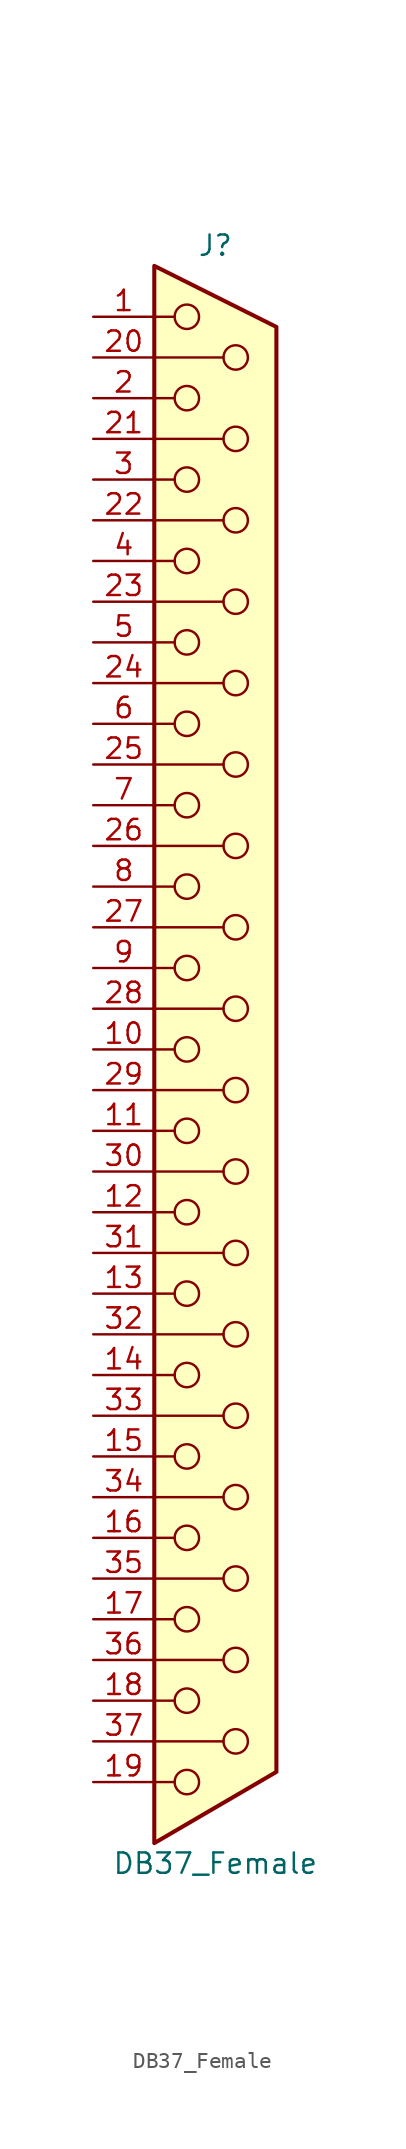
<source format=kicad_sym>
(kicad_symbol_lib
  (version 20220914)
  (generator kicad_symbol_editor)
  (symbol "DB37_Female"
    (pin_names
      (offset 1.016) hide)
    (property "Reference" "J"
      (at 0 50.165 0)
      (effects (font (size 1.27 1.27))))
    (property "Value" "DB37_Female"
      (at 0 -50.8 0)
      (effects (font (size 1.27 1.27))))
    (symbol "DB37_Female_0_1"
      (circle (center -1.778 -45.72) (radius 0.762) (stroke (width 0) (type default)) (fill (type none)))
      (circle (center -1.778 -40.64) (radius 0.762) (stroke (width 0) (type default)) (fill (type none)))
      (circle (center -1.778 -35.56) (radius 0.762) (stroke (width 0) (type default)) (fill (type none)))
      (circle (center -1.778 -30.48) (radius 0.762) (stroke (width 0) (type default)) (fill (type none)))
      (circle (center -1.778 -25.4) (radius 0.762) (stroke (width 0) (type default)) (fill (type none)))
      (circle (center -1.778 -20.32) (radius 0.762) (stroke (width 0) (type default)) (fill (type none)))
      (circle (center -1.778 -15.24) (radius 0.762) (stroke (width 0) (type default)) (fill (type none)))
      (circle (center -1.778 -10.16) (radius 0.762) (stroke (width 0) (type default)) (fill (type none)))
      (circle (center -1.778 -5.08) (radius 0.762) (stroke (width 0) (type default)) (fill (type none)))
      (circle (center -1.778 0) (radius 0.762) (stroke (width 0) (type default)) (fill (type none)))
      (circle (center -1.778 5.08) (radius 0.762) (stroke (width 0) (type default)) (fill (type none)))
      (circle (center -1.778 10.16) (radius 0.762) (stroke (width 0) (type default)) (fill (type none)))
      (circle (center -1.778 15.24) (radius 0.762) (stroke (width 0) (type default)) (fill (type none)))
      (circle (center -1.778 20.32) (radius 0.762) (stroke (width 0) (type default)) (fill (type none)))
      (circle (center -1.778 25.4) (radius 0.762) (stroke (width 0) (type default)) (fill (type none)))
      (circle (center -1.778 30.48) (radius 0.762) (stroke (width 0) (type default)) (fill (type none)))
      (circle (center -1.778 35.56) (radius 0.762) (stroke (width 0) (type default)) (fill (type none)))
      (circle (center -1.778 40.64) (radius 0.762) (stroke (width 0) (type default)) (fill (type none)))
      (circle (center -1.778 45.72) (radius 0.762) (stroke (width 0) (type default)) (fill (type none)))
      (polyline (pts (xy -3.81 -45.72) (xy -2.54 -45.72)) (stroke (width 0) (type default)) (fill (type none)))
      (polyline (pts (xy -3.81 -43.18) (xy 0.508 -43.18)) (stroke (width 0) (type default)) (fill (type none)))
      (polyline (pts (xy -3.81 -40.64) (xy -2.54 -40.64)) (stroke (width 0) (type default)) (fill (type none)))
      (polyline (pts (xy -3.81 -38.1) (xy 0.508 -38.1)) (stroke (width 0) (type default)) (fill (type none)))
      (polyline (pts (xy -3.81 -35.56) (xy -2.54 -35.56)) (stroke (width 0) (type default)) (fill (type none)))
      (polyline (pts (xy -3.81 -33.02) (xy 0.508 -33.02)) (stroke (width 0) (type default)) (fill (type none)))
      (polyline (pts (xy -3.81 -30.48) (xy -2.54 -30.48)) (stroke (width 0) (type default)) (fill (type none)))
      (polyline (pts (xy -3.81 -27.94) (xy 0.508 -27.94)) (stroke (width 0) (type default)) (fill (type none)))
      (polyline (pts (xy -3.81 -25.4) (xy -2.54 -25.4)) (stroke (width 0) (type default)) (fill (type none)))
      (polyline (pts (xy -3.81 -22.86) (xy 0.508 -22.86)) (stroke (width 0) (type default)) (fill (type none)))
      (polyline (pts (xy -3.81 -20.32) (xy -2.54 -20.32)) (stroke (width 0) (type default)) (fill (type none)))
      (polyline (pts (xy -3.81 -17.78) (xy 0.508 -17.78)) (stroke (width 0) (type default)) (fill (type none)))
      (polyline (pts (xy -3.81 -15.24) (xy -2.54 -15.24)) (stroke (width 0) (type default)) (fill (type none)))
      (polyline (pts (xy -3.81 -12.7) (xy 0.508 -12.7)) (stroke (width 0) (type default)) (fill (type none)))
      (polyline (pts (xy -3.81 -10.16) (xy -2.54 -10.16)) (stroke (width 0) (type default)) (fill (type none)))
      (polyline (pts (xy -3.81 -7.62) (xy 0.508 -7.62)) (stroke (width 0) (type default)) (fill (type none)))
      (polyline (pts (xy -3.81 -5.08) (xy -2.54 -5.08)) (stroke (width 0) (type default)) (fill (type none)))
      (polyline (pts (xy -3.81 -2.54) (xy 0.508 -2.54)) (stroke (width 0) (type default)) (fill (type none)))
      (polyline (pts (xy -3.81 0) (xy -2.54 0)) (stroke (width 0) (type default)) (fill (type none)))
      (polyline (pts (xy -3.81 2.54) (xy 0.508 2.54)) (stroke (width 0) (type default)) (fill (type none)))
      (polyline (pts (xy -3.81 5.08) (xy -2.54 5.08)) (stroke (width 0) (type default)) (fill (type none)))
      (polyline (pts (xy -3.81 7.62) (xy 0.508 7.62)) (stroke (width 0) (type default)) (fill (type none)))
      (polyline (pts (xy -3.81 10.16) (xy -2.54 10.16)) (stroke (width 0) (type default)) (fill (type none)))
      (polyline (pts (xy -3.81 12.7) (xy 0.508 12.7)) (stroke (width 0) (type default)) (fill (type none)))
      (polyline (pts (xy -3.81 15.24) (xy -2.54 15.24)) (stroke (width 0) (type default)) (fill (type none)))
      (polyline (pts (xy -3.81 17.78) (xy 0.508 17.78)) (stroke (width 0) (type default)) (fill (type none)))
      (polyline (pts (xy -3.81 20.32) (xy -2.54 20.32)) (stroke (width 0) (type default)) (fill (type none)))
      (polyline (pts (xy -3.81 22.86) (xy 0.508 22.86)) (stroke (width 0) (type default)) (fill (type none)))
      (polyline (pts (xy -3.81 25.4) (xy -2.54 25.4)) (stroke (width 0) (type default)) (fill (type none)))
      (polyline (pts (xy -3.81 27.94) (xy 0.508 27.94)) (stroke (width 0) (type default)) (fill (type none)))
      (polyline (pts (xy -3.81 30.48) (xy -2.54 30.48)) (stroke (width 0) (type default)) (fill (type none)))
      (polyline (pts (xy -3.81 33.02) (xy 0.508 33.02)) (stroke (width 0) (type default)) (fill (type none)))
      (polyline (pts (xy -3.81 35.56) (xy -2.54 35.56)) (stroke (width 0) (type default)) (fill (type none)))
      (polyline (pts (xy -3.81 38.1) (xy 0.508 38.1)) (stroke (width 0) (type default)) (fill (type none)))
      (polyline (pts (xy -3.81 40.64) (xy -2.54 40.64)) (stroke (width 0) (type default)) (fill (type none)))
      (polyline (pts (xy -3.81 43.18) (xy 0.508 43.18)) (stroke (width 0) (type default)) (fill (type none)))
      (polyline (pts (xy -3.81 45.72) (xy -2.54 45.72)) (stroke (width 0) (type default)) (fill (type none)))
      (polyline (pts (xy -3.81 -49.53) (xy 3.81 -45.085) (xy 3.81 45.085) (xy -3.81 48.895) (xy -3.81 -49.53)) (stroke (width 0.254) (type default)) (fill (type background)))
      (circle (center 1.27 -43.18) (radius 0.762) (stroke (width 0) (type default)) (fill (type none)))
      (circle (center 1.27 -38.1) (radius 0.762) (stroke (width 0) (type default)) (fill (type none)))
      (circle (center 1.27 -33.02) (radius 0.762) (stroke (width 0) (type default)) (fill (type none)))
      (circle (center 1.27 -27.94) (radius 0.762) (stroke (width 0) (type default)) (fill (type none)))
      (circle (center 1.27 -22.86) (radius 0.762) (stroke (width 0) (type default)) (fill (type none)))
      (circle (center 1.27 -17.78) (radius 0.762) (stroke (width 0) (type default)) (fill (type none)))
      (circle (center 1.27 -12.7) (radius 0.762) (stroke (width 0) (type default)) (fill (type none)))
      (circle (center 1.27 -7.62) (radius 0.762) (stroke (width 0) (type default)) (fill (type none)))
      (circle (center 1.27 -2.54) (radius 0.762) (stroke (width 0) (type default)) (fill (type none)))
      (circle (center 1.27 2.54) (radius 0.762) (stroke (width 0) (type default)) (fill (type none)))
      (circle (center 1.27 7.62) (radius 0.762) (stroke (width 0) (type default)) (fill (type none)))
      (circle (center 1.27 12.7) (radius 0.762) (stroke (width 0) (type default)) (fill (type none)))
      (circle (center 1.27 17.78) (radius 0.762) (stroke (width 0) (type default)) (fill (type none)))
      (circle (center 1.27 22.86) (radius 0.762) (stroke (width 0) (type default)) (fill (type none)))
      (circle (center 1.27 27.94) (radius 0.762) (stroke (width 0) (type default)) (fill (type none)))
      (circle (center 1.27 33.02) (radius 0.762) (stroke (width 0) (type default)) (fill (type none)))
      (circle (center 1.27 38.1) (radius 0.762) (stroke (width 0) (type default)) (fill (type none)))
      (circle (center 1.27 43.18) (radius 0.762) (stroke (width 0) (type default)) (fill (type none))))
    (symbol "DB37_Female_1_1"
      (pin passive line (at -7.62 45.72 0) (length 3.81) (name "1" (effects (font (size 1.27 1.27)))) (number "1" (effects (font (size 1.27 1.27)))))
      (pin passive line (at -7.62 0 0) (length 3.81) (name "10" (effects (font (size 1.27 1.27)))) (number "10" (effects (font (size 1.27 1.27)))))
      (pin passive line (at -7.62 -5.08 0) (length 3.81) (name "11" (effects (font (size 1.27 1.27)))) (number "11" (effects (font (size 1.27 1.27)))))
      (pin passive line (at -7.62 -10.16 0) (length 3.81) (name "12" (effects (font (size 1.27 1.27)))) (number "12" (effects (font (size 1.27 1.27)))))
      (pin passive line (at -7.62 -15.24 0) (length 3.81) (name "13" (effects (font (size 1.27 1.27)))) (number "13" (effects (font (size 1.27 1.27)))))
      (pin passive line (at -7.62 -20.32 0) (length 3.81) (name "14" (effects (font (size 1.27 1.27)))) (number "14" (effects (font (size 1.27 1.27)))))
      (pin passive line (at -7.62 -25.4 0) (length 3.81) (name "15" (effects (font (size 1.27 1.27)))) (number "15" (effects (font (size 1.27 1.27)))))
      (pin passive line (at -7.62 -30.48 0) (length 3.81) (name "16" (effects (font (size 1.27 1.27)))) (number "16" (effects (font (size 1.27 1.27)))))
      (pin passive line (at -7.62 -35.56 0) (length 3.81) (name "17" (effects (font (size 1.27 1.27)))) (number "17" (effects (font (size 1.27 1.27)))))
      (pin passive line (at -7.62 -40.64 0) (length 3.81) (name "18" (effects (font (size 1.27 1.27)))) (number "18" (effects (font (size 1.27 1.27)))))
      (pin passive line (at -7.62 -45.72 0) (length 3.81) (name "19" (effects (font (size 1.27 1.27)))) (number "19" (effects (font (size 1.27 1.27)))))
      (pin passive line (at -7.62 40.64 0) (length 3.81) (name "2" (effects (font (size 1.27 1.27)))) (number "2" (effects (font (size 1.27 1.27)))))
      (pin passive line (at -7.62 43.18 0) (length 3.81) (name "20" (effects (font (size 1.27 1.27)))) (number "20" (effects (font (size 1.27 1.27)))))
      (pin passive line (at -7.62 38.1 0) (length 3.81) (name "21" (effects (font (size 1.27 1.27)))) (number "21" (effects (font (size 1.27 1.27)))))
      (pin passive line (at -7.62 33.02 0) (length 3.81) (name "22" (effects (font (size 1.27 1.27)))) (number "22" (effects (font (size 1.27 1.27)))))
      (pin passive line (at -7.62 27.94 0) (length 3.81) (name "23" (effects (font (size 1.27 1.27)))) (number "23" (effects (font (size 1.27 1.27)))))
      (pin passive line (at -7.62 22.86 0) (length 3.81) (name "24" (effects (font (size 1.27 1.27)))) (number "24" (effects (font (size 1.27 1.27)))))
      (pin passive line (at -7.62 17.78 0) (length 3.81) (name "25" (effects (font (size 1.27 1.27)))) (number "25" (effects (font (size 1.27 1.27)))))
      (pin passive line (at -7.62 12.7 0) (length 3.81) (name "26" (effects (font (size 1.27 1.27)))) (number "26" (effects (font (size 1.27 1.27)))))
      (pin passive line (at -7.62 7.62 0) (length 3.81) (name "27" (effects (font (size 1.27 1.27)))) (number "27" (effects (font (size 1.27 1.27)))))
      (pin passive line (at -7.62 2.54 0) (length 3.81) (name "28" (effects (font (size 1.27 1.27)))) (number "28" (effects (font (size 1.27 1.27)))))
      (pin passive line (at -7.62 -2.54 0) (length 3.81) (name "29" (effects (font (size 1.27 1.27)))) (number "29" (effects (font (size 1.27 1.27)))))
      (pin passive line (at -7.62 35.56 0) (length 3.81) (name "3" (effects (font (size 1.27 1.27)))) (number "3" (effects (font (size 1.27 1.27)))))
      (pin passive line (at -7.62 -7.62 0) (length 3.81) (name "30" (effects (font (size 1.27 1.27)))) (number "30" (effects (font (size 1.27 1.27)))))
      (pin passive line (at -7.62 -12.7 0) (length 3.81) (name "31" (effects (font (size 1.27 1.27)))) (number "31" (effects (font (size 1.27 1.27)))))
      (pin passive line (at -7.62 -17.78 0) (length 3.81) (name "32" (effects (font (size 1.27 1.27)))) (number "32" (effects (font (size 1.27 1.27)))))
      (pin passive line (at -7.62 -22.86 0) (length 3.81) (name "33" (effects (font (size 1.27 1.27)))) (number "33" (effects (font (size 1.27 1.27)))))
      (pin passive line (at -7.62 -27.94 0) (length 3.81) (name "34" (effects (font (size 1.27 1.27)))) (number "34" (effects (font (size 1.27 1.27)))))
      (pin passive line (at -7.62 -33.02 0) (length 3.81) (name "35" (effects (font (size 1.27 1.27)))) (number "35" (effects (font (size 1.27 1.27)))))
      (pin passive line (at -7.62 -38.1 0) (length 3.81) (name "36" (effects (font (size 1.27 1.27)))) (number "36" (effects (font (size 1.27 1.27)))))
      (pin passive line (at -7.62 -43.18 0) (length 3.81) (name "37" (effects (font (size 1.27 1.27)))) (number "37" (effects (font (size 1.27 1.27)))))
      (pin passive line (at -7.62 30.48 0) (length 3.81) (name "4" (effects (font (size 1.27 1.27)))) (number "4" (effects (font (size 1.27 1.27)))))
      (pin passive line (at -7.62 25.4 0) (length 3.81) (name "5" (effects (font (size 1.27 1.27)))) (number "5" (effects (font (size 1.27 1.27)))))
      (pin passive line (at -7.62 20.32 0) (length 3.81) (name "6" (effects (font (size 1.27 1.27)))) (number "6" (effects (font (size 1.27 1.27)))))
      (pin passive line (at -7.62 15.24 0) (length 3.81) (name "7" (effects (font (size 1.27 1.27)))) (number "7" (effects (font (size 1.27 1.27)))))
      (pin passive line (at -7.62 10.16 0) (length 3.81) (name "8" (effects (font (size 1.27 1.27)))) (number "8" (effects (font (size 1.27 1.27)))))
      (pin passive line (at -7.62 5.08 0) (length 3.81) (name "9" (effects (font (size 1.27 1.27)))) (number "9" (effects (font (size 1.27 1.27))))))))
</source>
